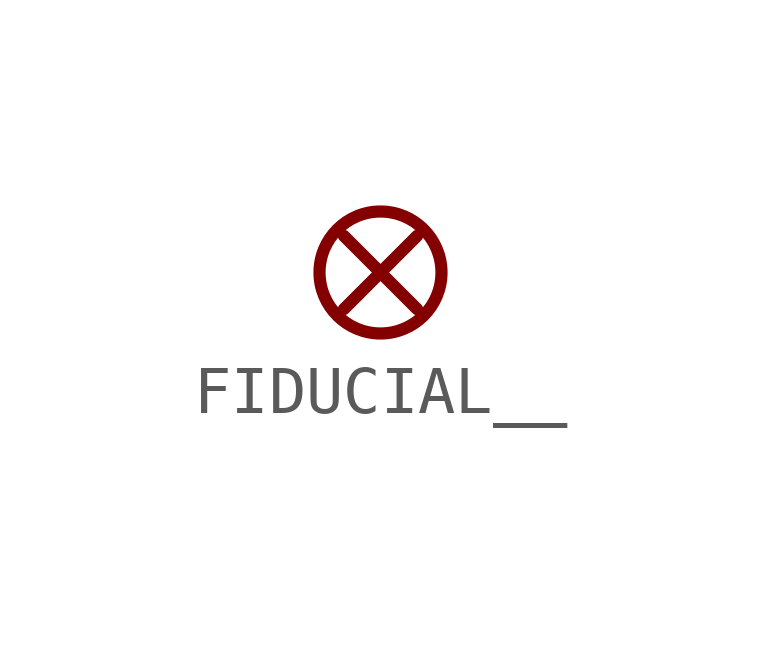
<source format=kicad_sym>
(kicad_symbol_lib
  (version 20201005)
  (generator kicad_symbol_editor)
  (symbol "FIDUCIAL__"
    (property "Reference" "FID"
      (at 0 0 0)
      (effects (font (size 1.27 1.27)) hide))
    (property "ki_locked" ""
      (at 0 0 0)
      (effects (font (size 1.27 1.27))))
    (symbol "FIDUCIAL___1_0"
      (circle (center 0 0) (radius 1.27) (stroke (width 0.254)) (fill (type none)))
      (polyline (pts (xy -0.762 0.762) (xy 0.762 -0.762)) (stroke (width 0.254)) (fill (type none)))
      (polyline (pts (xy 0.762 0.762) (xy -0.762 -0.762)) (stroke (width 0.254)) (fill (type none))))))
</source>
